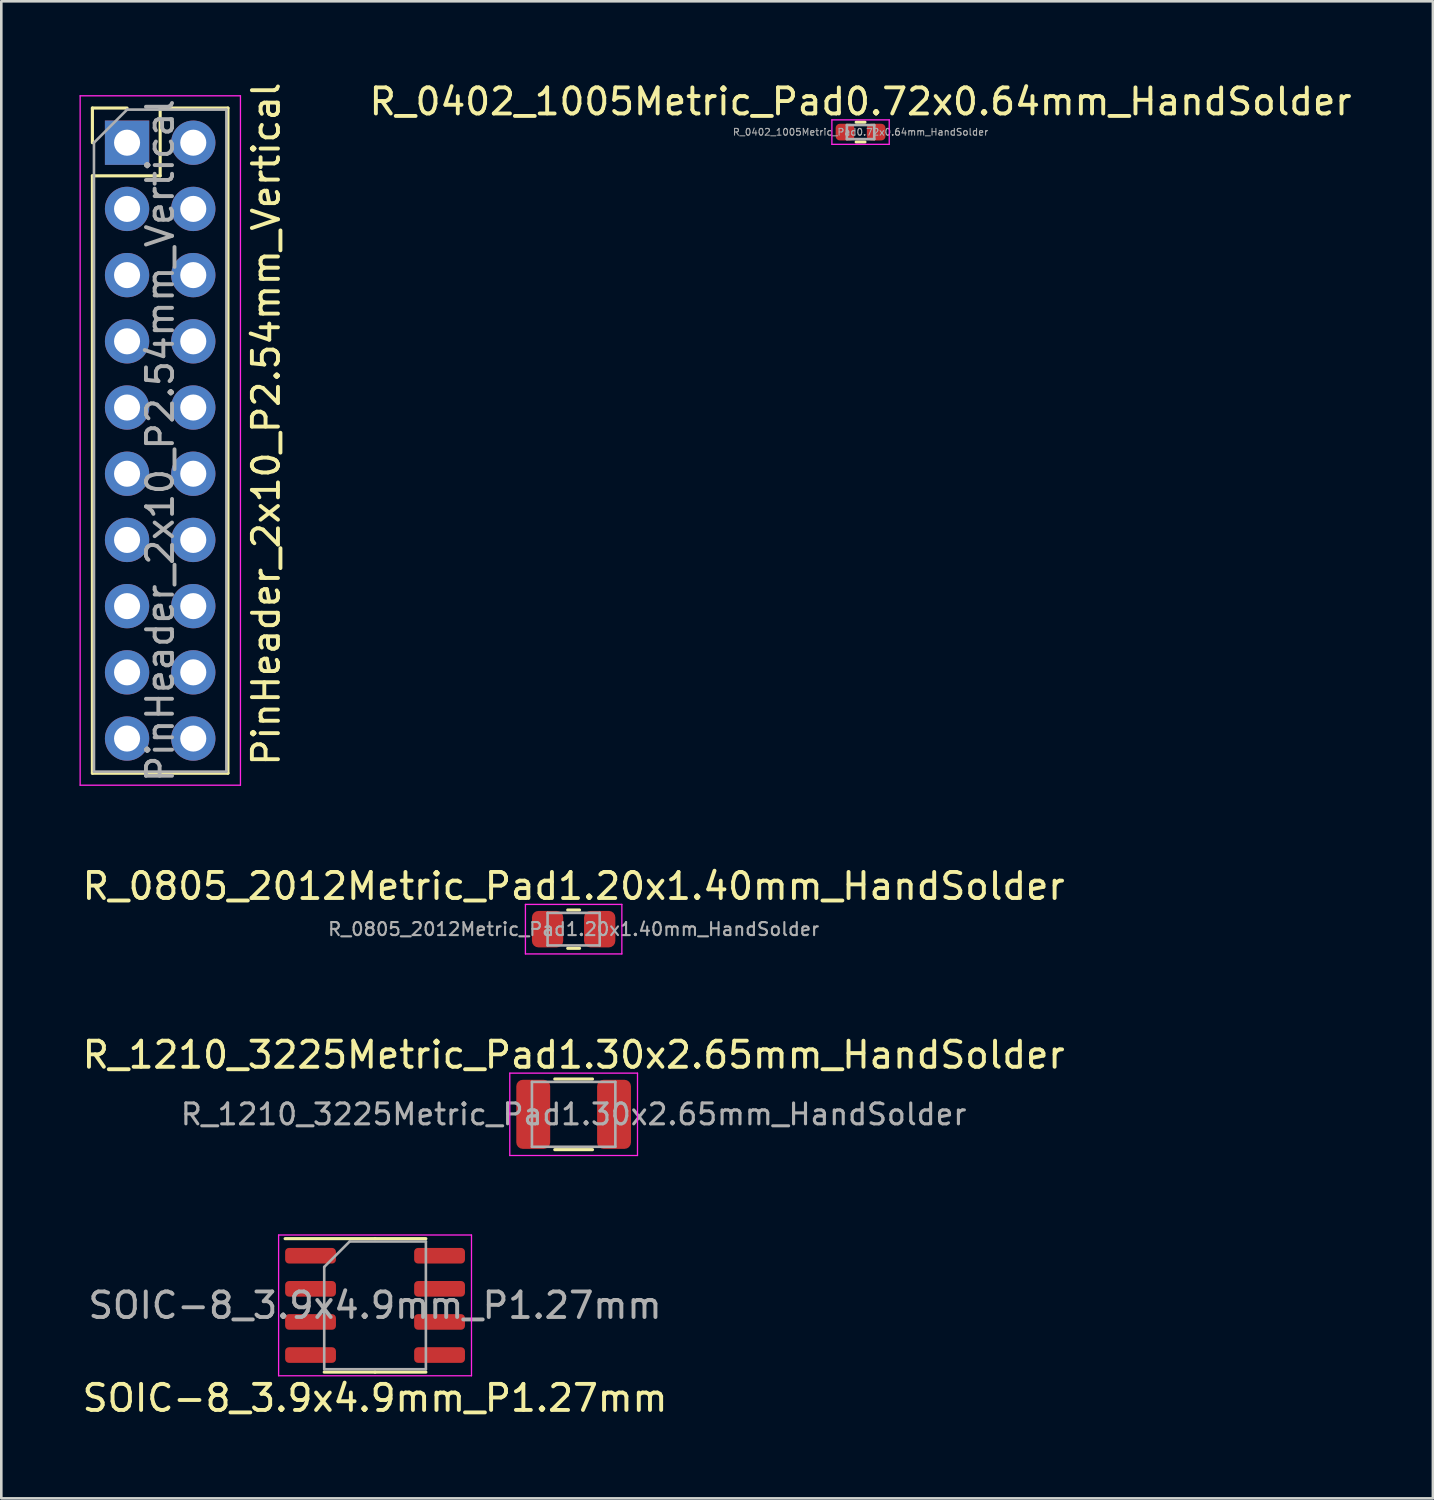
<source format=kicad_pcb>
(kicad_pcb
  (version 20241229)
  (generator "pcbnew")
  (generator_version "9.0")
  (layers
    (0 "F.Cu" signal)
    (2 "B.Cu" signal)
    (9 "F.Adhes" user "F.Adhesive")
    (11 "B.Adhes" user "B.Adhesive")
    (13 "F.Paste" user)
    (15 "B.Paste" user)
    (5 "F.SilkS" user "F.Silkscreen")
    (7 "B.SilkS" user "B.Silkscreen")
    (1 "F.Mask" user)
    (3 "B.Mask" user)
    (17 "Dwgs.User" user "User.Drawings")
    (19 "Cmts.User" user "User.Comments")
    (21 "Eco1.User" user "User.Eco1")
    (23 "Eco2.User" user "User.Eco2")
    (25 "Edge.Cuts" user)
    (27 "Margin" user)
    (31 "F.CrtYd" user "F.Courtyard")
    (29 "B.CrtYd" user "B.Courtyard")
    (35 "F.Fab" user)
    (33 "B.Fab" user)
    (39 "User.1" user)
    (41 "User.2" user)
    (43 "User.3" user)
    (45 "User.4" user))
  (footprint "R_0402_1005Metric_Pad0.72x0.64mm_HandSolder"
    (layer "F.Cu")
    (at 29.966 2.018)
    (property "Reference" "R_0402_1005Metric_Pad0.72x0.64mm_HandSolder" (at 0 -1.17 0) (layer "F.SilkS") (effects (font (size 1 1) (thickness 0.15))))
    (attr smd)
    (fp_line (start -0.168 -0.38) (end 0.168 -0.38) (stroke (width 0.12) (type solid)) (layer "F.SilkS"))
    (fp_line (start -0.168 0.38) (end 0.168 0.38) (stroke (width 0.12) (type solid)) (layer "F.SilkS"))
    (fp_line (start -1.1 -0.47) (end 1.1 -0.47) (stroke (width 0.05) (type solid)) (layer "F.CrtYd"))
    (fp_line (start -1.1 0.47) (end -1.1 -0.47) (stroke (width 0.05) (type solid)) (layer "F.CrtYd"))
    (fp_line (start 1.1 -0.47) (end 1.1 0.47) (stroke (width 0.05) (type solid)) (layer "F.CrtYd"))
    (fp_line (start 1.1 0.47) (end -1.1 0.47) (stroke (width 0.05) (type solid)) (layer "F.CrtYd"))
    (fp_line (start -0.525 -0.27) (end 0.525 -0.27) (stroke (width 0.1) (type solid)) (layer "F.Fab"))
    (fp_line (start -0.525 0.27) (end -0.525 -0.27) (stroke (width 0.1) (type solid)) (layer "F.Fab"))
    (fp_line (start 0.525 -0.27) (end 0.525 0.27) (stroke (width 0.1) (type solid)) (layer "F.Fab"))
    (fp_line (start 0.525 0.27) (end -0.525 0.27) (stroke (width 0.1) (type solid)) (layer "F.Fab"))
    (fp_text user "${REFERENCE}" (at 0 0 0) (layer "F.Fab") (effects (font (size 0.26 0.26) (thickness 0.04))))
    (pad "1" smd roundrect (at -0.598 0) (size 0.715 0.64) (layers "F.Cu" "F.Mask" "F.Paste") (roundrect_rratio 0.25))
    (pad "2" smd roundrect (at 0.598 0) (size 0.715 0.64) (layers "F.Cu" "F.Mask" "F.Paste") (roundrect_rratio 0.25)))
  (footprint "R_1210_3225Metric_Pad1.30x2.65mm_HandSolder"
    (layer "F.Cu")
    (at 18.958 39.702)
    (property "Reference" "R_1210_3225Metric_Pad1.30x2.65mm_HandSolder" (at 0 -2.28 0) (layer "F.SilkS") (effects (font (size 1 1) (thickness 0.15))))
    (attr smd)
    (fp_line (start -0.724 -1.355) (end 0.724 -1.355) (stroke (width 0.12) (type solid)) (layer "F.SilkS"))
    (fp_line (start -0.724 1.355) (end 0.724 1.355) (stroke (width 0.12) (type solid)) (layer "F.SilkS"))
    (fp_line (start -2.45 -1.58) (end 2.45 -1.58) (stroke (width 0.05) (type solid)) (layer "F.CrtYd"))
    (fp_line (start -2.45 1.58) (end -2.45 -1.58) (stroke (width 0.05) (type solid)) (layer "F.CrtYd"))
    (fp_line (start 2.45 -1.58) (end 2.45 1.58) (stroke (width 0.05) (type solid)) (layer "F.CrtYd"))
    (fp_line (start 2.45 1.58) (end -2.45 1.58) (stroke (width 0.05) (type solid)) (layer "F.CrtYd"))
    (fp_line (start -1.6 -1.245) (end 1.6 -1.245) (stroke (width 0.1) (type solid)) (layer "F.Fab"))
    (fp_line (start -1.6 1.245) (end -1.6 -1.245) (stroke (width 0.1) (type solid)) (layer "F.Fab"))
    (fp_line (start 1.6 -1.245) (end 1.6 1.245) (stroke (width 0.1) (type solid)) (layer "F.Fab"))
    (fp_line (start 1.6 1.245) (end -1.6 1.245) (stroke (width 0.1) (type solid)) (layer "F.Fab"))
    (fp_text user "${REFERENCE}" (at 0 0 0) (layer "F.Fab") (effects (font (size 0.8 0.8) (thickness 0.12))))
    (pad "1" smd roundrect (at -1.55 0) (size 1.3 2.65) (layers "F.Cu" "F.Mask" "F.Paste") (roundrect_rratio 0.192))
    (pad "2" smd roundrect (at 1.55 0) (size 1.3 2.65) (layers "F.Cu" "F.Mask" "F.Paste") (roundrect_rratio 0.192)))
  (footprint "SOIC-8_3.9x4.9mm_P1.27mm"
    (layer "F.Cu")
    (at 11.339 47.032)
    (property "Reference" "SOIC-8_3.9x4.9mm_P1.27mm" (at 0 3.556 0) (layer "F.SilkS") (effects (font (size 1 1) (thickness 0.15))))
    (attr smd)
    (fp_line (start 0 -2.56) (end -3.45 -2.56) (stroke (width 0.12) (type solid)) (layer "F.SilkS"))
    (fp_line (start 0 -2.56) (end 1.95 -2.56) (stroke (width 0.12) (type solid)) (layer "F.SilkS"))
    (fp_line (start 0 2.56) (end -1.95 2.56) (stroke (width 0.12) (type solid)) (layer "F.SilkS"))
    (fp_line (start 0 2.56) (end 1.95 2.56) (stroke (width 0.12) (type solid)) (layer "F.SilkS"))
    (fp_line (start -3.7 -2.7) (end -3.7 2.7) (stroke (width 0.05) (type solid)) (layer "F.CrtYd"))
    (fp_line (start -3.7 2.7) (end 3.7 2.7) (stroke (width 0.05) (type solid)) (layer "F.CrtYd"))
    (fp_line (start 3.7 -2.7) (end -3.7 -2.7) (stroke (width 0.05) (type solid)) (layer "F.CrtYd"))
    (fp_line (start 3.7 2.7) (end 3.7 -2.7) (stroke (width 0.05) (type solid)) (layer "F.CrtYd"))
    (fp_line (start -1.95 -1.475) (end -0.975 -2.45) (stroke (width 0.1) (type solid)) (layer "F.Fab"))
    (fp_line (start -1.95 2.45) (end -1.95 -1.475) (stroke (width 0.1) (type solid)) (layer "F.Fab"))
    (fp_line (start -0.975 -2.45) (end 1.95 -2.45) (stroke (width 0.1) (type solid)) (layer "F.Fab"))
    (fp_line (start 1.95 -2.45) (end 1.95 2.45) (stroke (width 0.1) (type solid)) (layer "F.Fab"))
    (fp_line (start 1.95 2.45) (end -1.95 2.45) (stroke (width 0.1) (type solid)) (layer "F.Fab"))
    (fp_text user "${REFERENCE}" (at 0 0 0) (layer "F.Fab") (effects (font (size 0.98 0.98) (thickness 0.15))))
    (pad "1" smd roundrect (at -2.475 -1.905) (size 1.95 0.6) (layers "F.Cu" "F.Mask" "F.Paste") (roundrect_rratio 0.25))
    (pad "2" smd roundrect (at -2.475 -0.635) (size 1.95 0.6) (layers "F.Cu" "F.Mask" "F.Paste") (roundrect_rratio 0.25))
    (pad "3" smd roundrect (at -2.475 0.635) (size 1.95 0.6) (layers "F.Cu" "F.Mask" "F.Paste") (roundrect_rratio 0.25))
    (pad "4" smd roundrect (at -2.475 1.905) (size 1.95 0.6) (layers "F.Cu" "F.Mask" "F.Paste") (roundrect_rratio 0.25))
    (pad "5" smd roundrect (at 2.475 1.905) (size 1.95 0.6) (layers "F.Cu" "F.Mask" "F.Paste") (roundrect_rratio 0.25))
    (pad "6" smd roundrect (at 2.475 0.635) (size 1.95 0.6) (layers "F.Cu" "F.Mask" "F.Paste") (roundrect_rratio 0.25))
    (pad "7" smd roundrect (at 2.475 -0.635) (size 1.95 0.6) (layers "F.Cu" "F.Mask" "F.Paste") (roundrect_rratio 0.25))
    (pad "8" smd roundrect (at 2.475 -1.905) (size 1.95 0.6) (layers "F.Cu" "F.Mask" "F.Paste") (roundrect_rratio 0.25)))
  (footprint "PinHeader_2x10_P2.54mm_Vertical"
    (layer "F.Cu")
    (at 1.825 2.425)
    (property "Reference" "PinHeader_2x10_P2.54mm_Vertical" (at 5.334 10.795 270) (layer "F.SilkS") (effects (font (size 1 1) (thickness 0.15))))
    (attr through_hole)
    (fp_line (start -1.33 -1.33) (end 0 -1.33) (stroke (width 0.12) (type solid)) (layer "F.SilkS"))
    (fp_line (start -1.33 0) (end -1.33 -1.33) (stroke (width 0.12) (type solid)) (layer "F.SilkS"))
    (fp_line (start -1.33 1.27) (end -1.33 24.19) (stroke (width 0.12) (type solid)) (layer "F.SilkS"))
    (fp_line (start -1.33 1.27) (end 1.27 1.27) (stroke (width 0.12) (type solid)) (layer "F.SilkS"))
    (fp_line (start -1.33 24.19) (end 3.87 24.19) (stroke (width 0.12) (type solid)) (layer "F.SilkS"))
    (fp_line (start 1.27 -1.33) (end 3.87 -1.33) (stroke (width 0.12) (type solid)) (layer "F.SilkS"))
    (fp_line (start 1.27 1.27) (end 1.27 -1.33) (stroke (width 0.12) (type solid)) (layer "F.SilkS"))
    (fp_line (start 3.87 -1.33) (end 3.87 24.19) (stroke (width 0.12) (type solid)) (layer "F.SilkS"))
    (fp_line (start -1.8 -1.8) (end -1.8 24.65) (stroke (width 0.05) (type solid)) (layer "F.CrtYd"))
    (fp_line (start -1.8 24.65) (end 4.35 24.65) (stroke (width 0.05) (type solid)) (layer "F.CrtYd"))
    (fp_line (start 4.35 -1.8) (end -1.8 -1.8) (stroke (width 0.05) (type solid)) (layer "F.CrtYd"))
    (fp_line (start 4.35 24.65) (end 4.35 -1.8) (stroke (width 0.05) (type solid)) (layer "F.CrtYd"))
    (fp_line (start -1.27 0) (end 0 -1.27) (stroke (width 0.1) (type solid)) (layer "F.Fab"))
    (fp_line (start -1.27 24.13) (end -1.27 0) (stroke (width 0.1) (type solid)) (layer "F.Fab"))
    (fp_line (start 0 -1.27) (end 3.81 -1.27) (stroke (width 0.1) (type solid)) (layer "F.Fab"))
    (fp_line (start 3.81 -1.27) (end 3.81 24.13) (stroke (width 0.1) (type solid)) (layer "F.Fab"))
    (fp_line (start 3.81 24.13) (end -1.27 24.13) (stroke (width 0.1) (type solid)) (layer "F.Fab"))
    (fp_text user "${REFERENCE}" (at 1.27 11.43 90) (layer "F.Fab") (effects (font (size 1 1) (thickness 0.15))))
    (pad "1" thru_hole rect (at 0 0) (size 1.7 1.7) (drill 1) (layers "*.Cu" "*.Mask"))
    (pad "2" thru_hole oval (at 2.54 0) (size 1.7 1.7) (drill 1) (layers "*.Cu" "*.Mask"))
    (pad "3" thru_hole oval (at 0 2.54) (size 1.7 1.7) (drill 1) (layers "*.Cu" "*.Mask"))
    (pad "4" thru_hole oval (at 2.54 2.54) (size 1.7 1.7) (drill 1) (layers "*.Cu" "*.Mask"))
    (pad "5" thru_hole oval (at 0 5.08) (size 1.7 1.7) (drill 1) (layers "*.Cu" "*.Mask"))
    (pad "6" thru_hole oval (at 2.54 5.08) (size 1.7 1.7) (drill 1) (layers "*.Cu" "*.Mask"))
    (pad "7" thru_hole oval (at 0 7.62) (size 1.7 1.7) (drill 1) (layers "*.Cu" "*.Mask"))
    (pad "8" thru_hole oval (at 2.54 7.62) (size 1.7 1.7) (drill 1) (layers "*.Cu" "*.Mask"))
    (pad "9" thru_hole oval (at 0 10.16) (size 1.7 1.7) (drill 1) (layers "*.Cu" "*.Mask"))
    (pad "10" thru_hole oval (at 2.54 10.16) (size 1.7 1.7) (drill 1) (layers "*.Cu" "*.Mask"))
    (pad "11" thru_hole oval (at 0 12.7) (size 1.7 1.7) (drill 1) (layers "*.Cu" "*.Mask"))
    (pad "12" thru_hole oval (at 2.54 12.7) (size 1.7 1.7) (drill 1) (layers "*.Cu" "*.Mask"))
    (pad "13" thru_hole oval (at 0 15.24) (size 1.7 1.7) (drill 1) (layers "*.Cu" "*.Mask"))
    (pad "14" thru_hole oval (at 2.54 15.24) (size 1.7 1.7) (drill 1) (layers "*.Cu" "*.Mask"))
    (pad "15" thru_hole oval (at 0 17.78) (size 1.7 1.7) (drill 1) (layers "*.Cu" "*.Mask"))
    (pad "16" thru_hole oval (at 2.54 17.78) (size 1.7 1.7) (drill 1) (layers "*.Cu" "*.Mask"))
    (pad "17" thru_hole oval (at 0 20.32) (size 1.7 1.7) (drill 1) (layers "*.Cu" "*.Mask"))
    (pad "18" thru_hole oval (at 2.54 20.32) (size 1.7 1.7) (drill 1) (layers "*.Cu" "*.Mask"))
    (pad "19" thru_hole oval (at 0 22.86) (size 1.7 1.7) (drill 1) (layers "*.Cu" "*.Mask"))
    (pad "20" thru_hole oval (at 2.54 22.86) (size 1.7 1.7) (drill 1) (layers "*.Cu" "*.Mask")))
  (footprint "R_0805_2012Metric_Pad1.20x1.40mm_HandSolder"
    (layer "F.Cu")
    (at 18.958 32.598)
    (property "Reference" "R_0805_2012Metric_Pad1.20x1.40mm_HandSolder" (at 0 -1.65 0) (layer "F.SilkS") (effects (font (size 1 1) (thickness 0.15))))
    (attr smd)
    (fp_line (start -0.227 -0.735) (end 0.227 -0.735) (stroke (width 0.12) (type solid)) (layer "F.SilkS"))
    (fp_line (start -0.227 0.735) (end 0.227 0.735) (stroke (width 0.12) (type solid)) (layer "F.SilkS"))
    (fp_line (start -1.85 -0.95) (end 1.85 -0.95) (stroke (width 0.05) (type solid)) (layer "F.CrtYd"))
    (fp_line (start -1.85 0.95) (end -1.85 -0.95) (stroke (width 0.05) (type solid)) (layer "F.CrtYd"))
    (fp_line (start 1.85 -0.95) (end 1.85 0.95) (stroke (width 0.05) (type solid)) (layer "F.CrtYd"))
    (fp_line (start 1.85 0.95) (end -1.85 0.95) (stroke (width 0.05) (type solid)) (layer "F.CrtYd"))
    (fp_line (start -1 -0.625) (end 1 -0.625) (stroke (width 0.1) (type solid)) (layer "F.Fab"))
    (fp_line (start -1 0.625) (end -1 -0.625) (stroke (width 0.1) (type solid)) (layer "F.Fab"))
    (fp_line (start 1 -0.625) (end 1 0.625) (stroke (width 0.1) (type solid)) (layer "F.Fab"))
    (fp_line (start 1 0.625) (end -1 0.625) (stroke (width 0.1) (type solid)) (layer "F.Fab"))
    (fp_text user "${REFERENCE}" (at 0 0 0) (layer "F.Fab") (effects (font (size 0.5 0.5) (thickness 0.08))))
    (pad "1" smd roundrect (at -1 0) (size 1.2 1.4) (layers "F.Cu" "F.Mask" "F.Paste") (roundrect_rratio 0.208))
    (pad "2" smd roundrect (at 1 0) (size 1.2 1.4) (layers "F.Cu" "F.Mask" "F.Paste") (roundrect_rratio 0.208)))
  (gr_rect
    (start -3 -3)
    (end 51.924 54.436)
    (stroke (width 0.1) (type default))
    (fill no)
    (layer "Edge.Cuts")))
</source>
